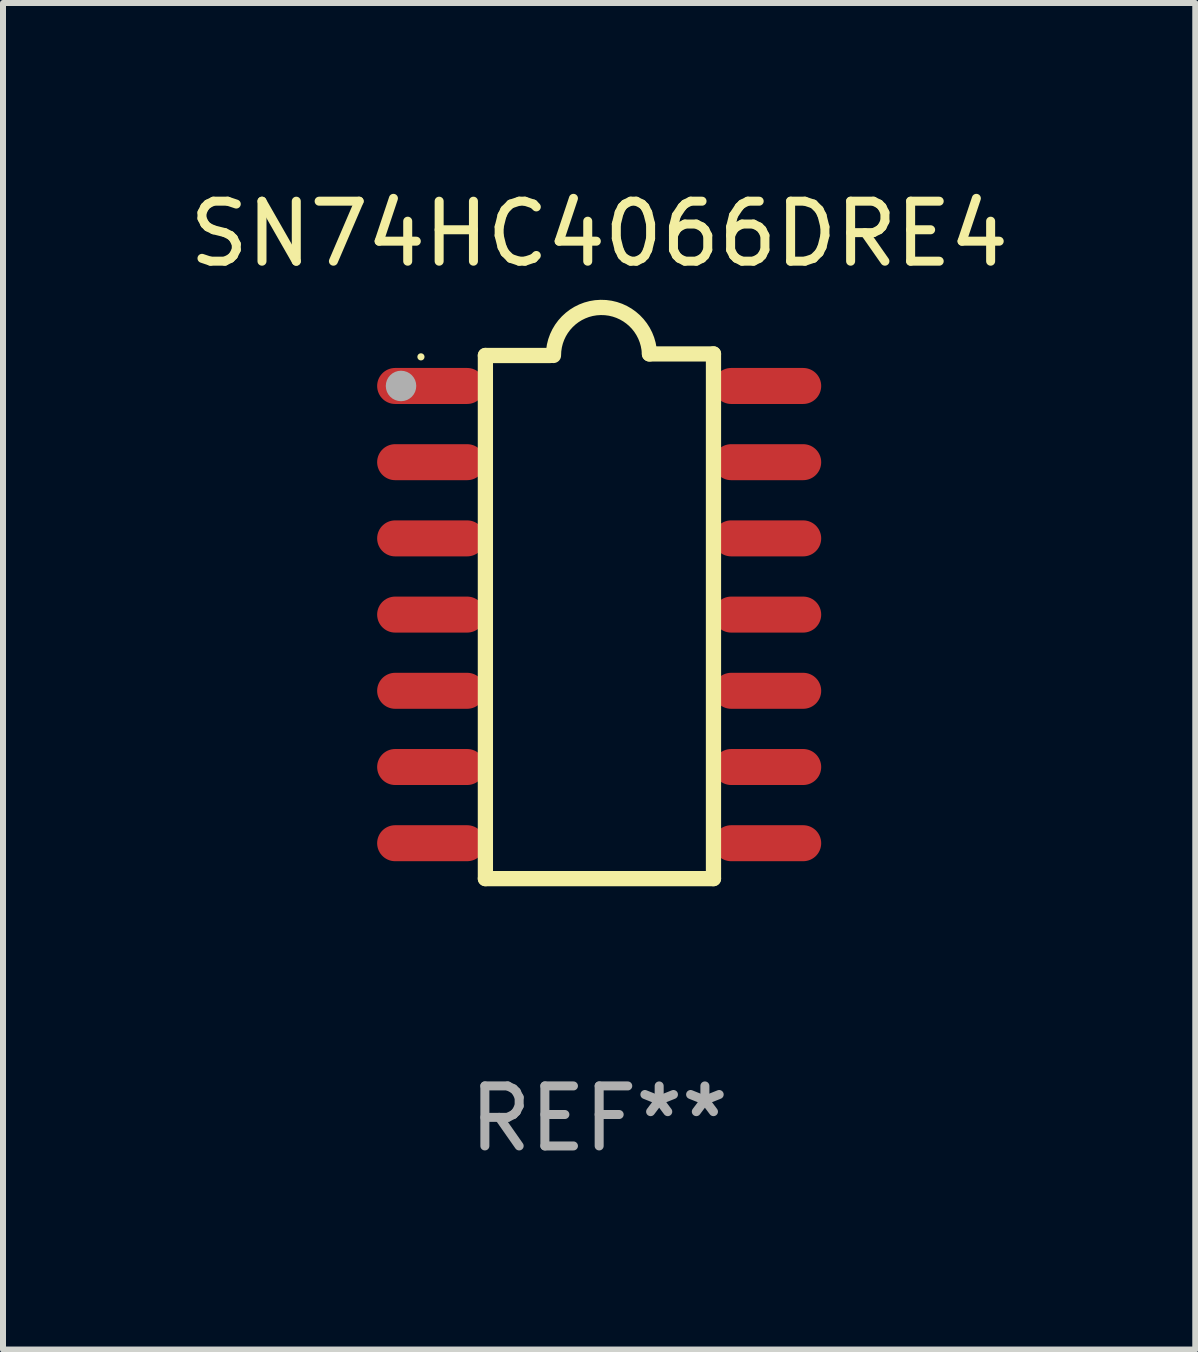
<source format=kicad_pcb>
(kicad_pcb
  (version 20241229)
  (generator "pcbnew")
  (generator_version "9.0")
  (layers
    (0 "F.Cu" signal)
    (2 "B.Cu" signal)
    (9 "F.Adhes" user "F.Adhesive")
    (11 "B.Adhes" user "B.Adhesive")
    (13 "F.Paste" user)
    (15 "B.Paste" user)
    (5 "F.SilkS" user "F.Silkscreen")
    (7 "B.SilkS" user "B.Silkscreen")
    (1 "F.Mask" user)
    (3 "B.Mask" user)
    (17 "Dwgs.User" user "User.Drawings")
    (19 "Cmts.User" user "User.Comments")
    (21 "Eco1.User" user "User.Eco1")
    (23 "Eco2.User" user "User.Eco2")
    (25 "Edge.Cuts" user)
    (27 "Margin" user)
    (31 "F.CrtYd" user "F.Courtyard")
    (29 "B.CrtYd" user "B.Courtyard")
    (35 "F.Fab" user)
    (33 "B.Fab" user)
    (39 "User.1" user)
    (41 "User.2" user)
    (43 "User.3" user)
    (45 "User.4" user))
  (footprint "SN74HC4066DRE4"
    (layer "F.Cu")
    (at 6.935 7.22)
    (property "Reference" "SN74HC4066DRE4" (at 0 -6.372 0) (layer "F.SilkS") (effects (font (size 1 1) (thickness 0.15))))
    (attr through_hole)
    (fp_line (start -1.896 -4.346) (end -0.813 -4.346) (stroke (width 0.254) (type solid)) (layer "F.SilkS"))
    (fp_line (start -1.896 4.372) (end -1.896 -4.346) (stroke (width 0.254) (type solid)) (layer "F.SilkS"))
    (fp_line (start 0.838 -4.372) (end 1.905 -4.372) (stroke (width 0.254) (type solid)) (layer "F.SilkS"))
    (fp_line (start 1.905 -4.372) (end 1.905 4.372) (stroke (width 0.254) (type solid)) (layer "F.SilkS"))
    (fp_line (start 1.905 4.372) (end -1.896 4.372) (stroke (width 0.254) (type solid)) (layer "F.SilkS"))
    (fp_arc (start -0.761799 -4.346291) (mid 0.025807 -5.146222) (end 0.838405 -4.371692) (stroke (width 0.254001) (type solid)) (layer "F.SilkS"))
    (fp_circle (center -2.97 -4.323) (end -2.94 -4.323) (stroke (width 0.06) (type solid)) (fill no) (layer "F.SilkS"))
    (fp_circle (center -3.302 -3.838) (end -3.175 -3.838) (stroke (width 0.254) (type solid)) (fill no) (layer "F.Fab"))
    (fp_text user "REF**" (at 0 8.372 0) (layer "F.Fab") (effects (font (size 1 1) (thickness 0.15))))
    (pad "1" smd oval (at -2.8 -3.838) (size 1.8 0.6) (layers "F.Cu" "F.Mask" "F.Paste"))
    (pad "2" smd oval (at -2.8 -2.568) (size 1.8 0.6) (layers "F.Cu" "F.Mask" "F.Paste"))
    (pad "3" smd oval (at -2.8 -1.298) (size 1.8 0.6) (layers "F.Cu" "F.Mask" "F.Paste"))
    (pad "4" smd oval (at -2.8 -0.028) (size 1.8 0.6) (layers "F.Cu" "F.Mask" "F.Paste"))
    (pad "5" smd oval (at -2.8 1.242) (size 1.8 0.6) (layers "F.Cu" "F.Mask" "F.Paste"))
    (pad "6" smd oval (at -2.8 2.512) (size 1.8 0.6) (layers "F.Cu" "F.Mask" "F.Paste"))
    (pad "7" smd oval (at -2.8 3.782) (size 1.8 0.6) (layers "F.Cu" "F.Mask" "F.Paste"))
    (pad "8" smd oval (at 2.8 3.782) (size 1.8 0.6) (layers "F.Cu" "F.Mask" "F.Paste"))
    (pad "9" smd oval (at 2.8 2.512) (size 1.8 0.6) (layers "F.Cu" "F.Mask" "F.Paste"))
    (pad "10" smd oval (at 2.8 1.242) (size 1.8 0.6) (layers "F.Cu" "F.Mask" "F.Paste"))
    (pad "11" smd oval (at 2.8 -0.028) (size 1.8 0.6) (layers "F.Cu" "F.Mask" "F.Paste"))
    (pad "12" smd oval (at 2.8 -1.298) (size 1.8 0.6) (layers "F.Cu" "F.Mask" "F.Paste"))
    (pad "13" smd oval (at 2.8 -2.568) (size 1.8 0.6) (layers "F.Cu" "F.Mask" "F.Paste"))
    (pad "14" smd oval (at 2.8 -3.838) (size 1.8 0.6) (layers "F.Cu" "F.Mask" "F.Paste")))
  (gr_rect
    (start -3 -3)
    (end 16.869 19.44)
    (stroke (width 0.1) (type default))
    (fill no)
    (layer "Edge.Cuts")))
</source>
